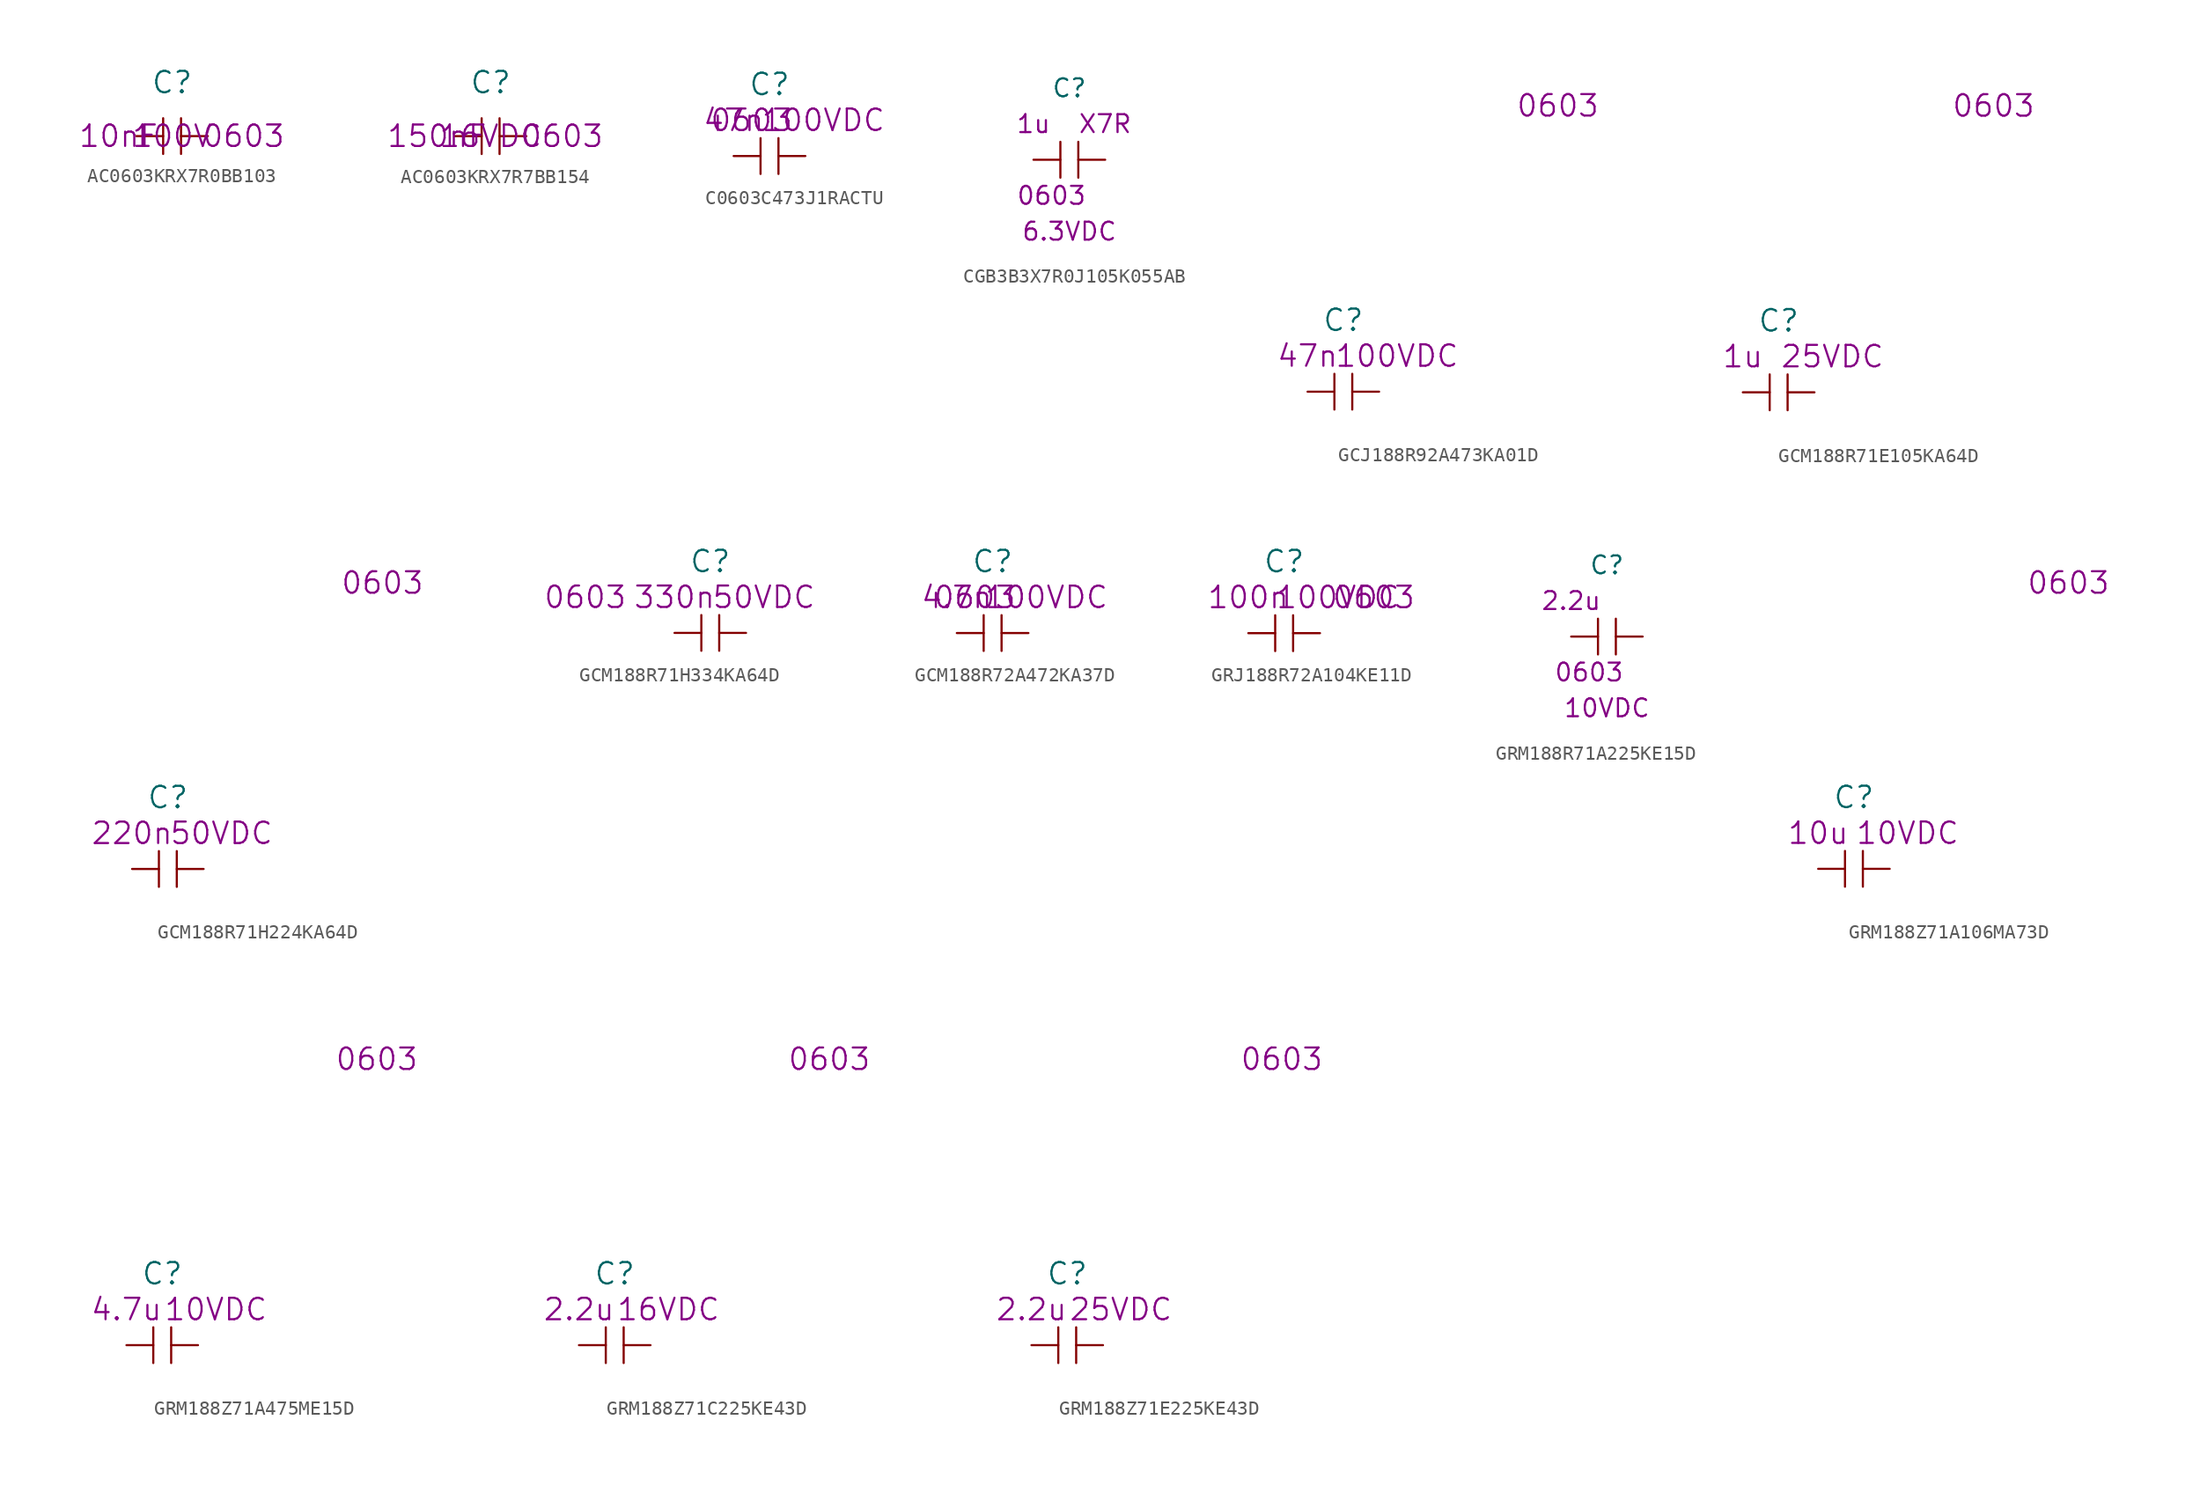
<source format=kicad_sym>
(kicad_symbol_lib
  (version 20220914)
  (generator kicad_symbol_editor)
  (symbol "AC0603KRX7R0BB103"
    (pin_numbers hide)
    (pin_names
      (offset 1.016) hide)
    (property "Reference" "C"
      (at 0 3.81 0)
      (effects (font (size 1.524 1.524))))
    (property "Datasheet" ""
      (at -2.54 1.27 0)
      (effects (font (size 1.524 1.524))))
    (property "Value2" "10nF"
      (at -3.81 0 0)
      (effects (font (size 1.524 1.524))))
    (property "Size" "0603"
      (at 5.08 0 0)
      (effects (font (size 1.524 1.524))))
    (property "Voltage" "100V"
      (at 0 0 0)
      (effects (font (size 1.524 1.524))))
    (symbol "AC0603KRX7R0BB103_0_1"
      (polyline (pts (xy -0.635 -1.27) (xy -0.635 1.27)) (stroke (width 0) (type solid)) (fill (type none)))
      (polyline (pts (xy 0.635 1.27) (xy 0.635 -1.27)) (stroke (width 0) (type solid)) (fill (type none))))
    (symbol "AC0603KRX7R0BB103_1_1"
      (pin passive line (at -2.54 0 0) (length 1.905) (name "1" (effects (font (size 1.27 1.27)))) (number "1" (effects (font (size 1.27 1.27)))))
      (pin passive line (at 2.54 0 180) (length 1.905) (name "2" (effects (font (size 1.27 1.27)))) (number "2" (effects (font (size 1.27 1.27)))))))
  (symbol "AC0603KRX7R7BB154"
    (pin_numbers hide)
    (pin_names
      (offset 1.016) hide)
    (property "Reference" "C"
      (at 0 3.81 0)
      (effects (font (size 1.524 1.524))))
    (property "Datasheet" ""
      (at -2.54 1.27 0)
      (effects (font (size 1.524 1.524))))
    (property "Value2" "150nF"
      (at -3.81 0 0)
      (effects (font (size 1.524 1.524))))
    (property "Size" "0603"
      (at 5.08 0 0)
      (effects (font (size 1.524 1.524))))
    (property "Voltage" "16VDC"
      (at 0 0 0)
      (effects (font (size 1.524 1.524))))
    (symbol "AC0603KRX7R7BB154_0_1"
      (polyline (pts (xy -0.635 -1.27) (xy -0.635 1.27)) (stroke (width 0) (type solid)) (fill (type none)))
      (polyline (pts (xy 0.635 1.27) (xy 0.635 -1.27)) (stroke (width 0) (type solid)) (fill (type none))))
    (symbol "AC0603KRX7R7BB154_1_1"
      (pin passive line (at -2.54 0 0) (length 1.905) (name "1" (effects (font (size 1.27 1.27)))) (number "1" (effects (font (size 1.27 1.27)))))
      (pin passive line (at 2.54 0 180) (length 1.905) (name "2" (effects (font (size 1.27 1.27)))) (number "2" (effects (font (size 1.27 1.27)))))))
  (symbol "C0603C473J1RACTU"
    (pin_numbers hide)
    (pin_names
      (offset 1.016) hide)
    (property "Reference" "C"
      (at 0 5.08 0)
      (effects (font (size 1.524 1.524))))
    (property "Value2" "47n"
      (at -2.54 2.54 0)
      (effects (font (size 1.524 1.524))))
    (property "Rating" "100VDC"
      (at 3.81 2.54 0)
      (effects (font (size 1.524 1.524))))
    (property "Size" "0603"
      (at -1.27 2.54 0)
      (effects (font (size 1.524 1.524))))
    (symbol "C0603C473J1RACTU_0_1"
      (polyline (pts (xy -0.635 -1.27) (xy -0.635 1.27)) (stroke (width 0) (type solid)) (fill (type none)))
      (polyline (pts (xy 0.635 1.27) (xy 0.635 -1.27)) (stroke (width 0) (type solid)) (fill (type none))))
    (symbol "C0603C473J1RACTU_1_1"
      (pin passive line (at -2.54 0 0) (length 1.905) (name "1" (effects (font (size 1.27 1.27)))) (number "1" (effects (font (size 1.27 1.27)))))
      (pin passive line (at 2.54 0 180) (length 1.905) (name "2" (effects (font (size 1.27 1.27)))) (number "2" (effects (font (size 1.27 1.27)))))))
  (symbol "CGB3B3X7R0J105K055AB"
    (pin_numbers hide)
    (pin_names
      (offset 1.016) hide)
    (property "Reference" "C"
      (at 0 5.08 0)
      (effects (font (size 1.27 1.27))))
    (property "Value2" "1u"
      (at -2.54 2.54 0)
      (effects (font (size 1.27 1.27))))
    (property "Rating" "6.3VDC"
      (at 0 -5.08 0)
      (effects (font (size 1.27 1.27))))
    (property "Dielectric" "X7R"
      (at 2.54 2.54 0)
      (effects (font (size 1.27 1.27))))
    (property "Size" "0603"
      (at -1.27 -2.54 0)
      (effects (font (size 1.27 1.27))))
    (symbol "CGB3B3X7R0J105K055AB_0_1"
      (polyline (pts (xy -0.635 -1.27) (xy -0.635 1.27)) (stroke (width 0) (type solid)) (fill (type none)))
      (polyline (pts (xy 0.635 1.27) (xy 0.635 -1.27)) (stroke (width 0) (type solid)) (fill (type none))))
    (symbol "CGB3B3X7R0J105K055AB_1_1"
      (pin passive line (at -2.54 0 0) (length 1.905) (name "1" (effects (font (size 1.27 1.27)))) (number "1" (effects (font (size 1.27 1.27)))))
      (pin passive line (at 2.54 0 180) (length 1.905) (name "2" (effects (font (size 1.27 1.27)))) (number "2" (effects (font (size 1.27 1.27)))))))
  (symbol "GCJ188R92A473KA01D"
    (pin_numbers hide)
    (pin_names
      (offset 1.016) hide)
    (property "Reference" "C"
      (at 0 5.08 0)
      (effects (font (size 1.524 1.524))))
    (property "Value2" "47n"
      (at -2.54 2.54 0)
      (effects (font (size 1.524 1.524))))
    (property "Rating" "100VDC"
      (at 3.81 2.54 0)
      (effects (font (size 1.524 1.524))))
    (property "Size" "0603"
      (at 15.24 20.32 0)
      (effects (font (size 1.524 1.524))))
    (symbol "GCJ188R92A473KA01D_0_1"
      (polyline (pts (xy -0.635 -1.27) (xy -0.635 1.27)) (stroke (width 0) (type solid)) (fill (type none)))
      (polyline (pts (xy 0.635 1.27) (xy 0.635 -1.27)) (stroke (width 0) (type solid)) (fill (type none))))
    (symbol "GCJ188R92A473KA01D_1_1"
      (pin passive line (at -2.54 0 0) (length 1.905) (name "1" (effects (font (size 1.27 1.27)))) (number "1" (effects (font (size 1.27 1.27)))))
      (pin passive line (at 2.54 0 180) (length 1.905) (name "2" (effects (font (size 1.27 1.27)))) (number "2" (effects (font (size 1.27 1.27)))))))
  (symbol "GCM188R71E105KA64D"
    (pin_numbers hide)
    (pin_names
      (offset 1.016) hide)
    (property "Reference" "C"
      (at 0 5.08 0)
      (effects (font (size 1.524 1.524))))
    (property "Value2" "1u"
      (at -2.54 2.54 0)
      (effects (font (size 1.524 1.524))))
    (property "Rating" "25VDC"
      (at 3.81 2.54 0)
      (effects (font (size 1.524 1.524))))
    (property "Size" "0603"
      (at 15.24 20.32 0)
      (effects (font (size 1.524 1.524))))
    (symbol "GCM188R71E105KA64D_0_1"
      (polyline (pts (xy -0.635 -1.27) (xy -0.635 1.27)) (stroke (width 0) (type solid)) (fill (type none)))
      (polyline (pts (xy 0.635 1.27) (xy 0.635 -1.27)) (stroke (width 0) (type solid)) (fill (type none))))
    (symbol "GCM188R71E105KA64D_1_1"
      (pin passive line (at -2.54 0 0) (length 1.905) (name "1" (effects (font (size 1.27 1.27)))) (number "1" (effects (font (size 1.27 1.27)))))
      (pin passive line (at 2.54 0 180) (length 1.905) (name "2" (effects (font (size 1.27 1.27)))) (number "2" (effects (font (size 1.27 1.27)))))))
  (symbol "GCM188R71H224KA64D"
    (pin_numbers hide)
    (pin_names
      (offset 1.016) hide)
    (property "Reference" "C"
      (at 0 5.08 0)
      (effects (font (size 1.524 1.524))))
    (property "Value2" "220n"
      (at -2.54 2.54 0)
      (effects (font (size 1.524 1.524))))
    (property "Rating" "50VDC"
      (at 3.81 2.54 0)
      (effects (font (size 1.524 1.524))))
    (property "Size" "0603"
      (at 15.24 20.32 0)
      (effects (font (size 1.524 1.524))))
    (symbol "GCM188R71H224KA64D_0_1"
      (polyline (pts (xy -0.635 -1.27) (xy -0.635 1.27)) (stroke (width 0) (type solid)) (fill (type none)))
      (polyline (pts (xy 0.635 1.27) (xy 0.635 -1.27)) (stroke (width 0) (type solid)) (fill (type none))))
    (symbol "GCM188R71H224KA64D_1_1"
      (pin passive line (at -2.54 0 0) (length 1.905) (name "1" (effects (font (size 1.27 1.27)))) (number "1" (effects (font (size 1.27 1.27)))))
      (pin passive line (at 2.54 0 180) (length 1.905) (name "2" (effects (font (size 1.27 1.27)))) (number "2" (effects (font (size 1.27 1.27)))))))
  (symbol "GCM188R71H334KA64D"
    (pin_numbers hide)
    (pin_names
      (offset 1.016) hide)
    (property "Reference" "C"
      (at 0 5.08 0)
      (effects (font (size 1.524 1.524))))
    (property "Value2" "330n"
      (at -2.54 2.54 0)
      (effects (font (size 1.524 1.524))))
    (property "Rating" "50VDC"
      (at 3.81 2.54 0)
      (effects (font (size 1.524 1.524))))
    (property "Size" "0603"
      (at -8.89 2.54 0)
      (effects (font (size 1.524 1.524))))
    (symbol "GCM188R71H334KA64D_0_1"
      (polyline (pts (xy -0.635 -1.27) (xy -0.635 1.27)) (stroke (width 0) (type solid)) (fill (type none)))
      (polyline (pts (xy 0.635 1.27) (xy 0.635 -1.27)) (stroke (width 0) (type solid)) (fill (type none))))
    (symbol "GCM188R71H334KA64D_1_1"
      (pin passive line (at -2.54 0 0) (length 1.905) (name "1" (effects (font (size 1.27 1.27)))) (number "1" (effects (font (size 1.27 1.27)))))
      (pin passive line (at 2.54 0 180) (length 1.905) (name "2" (effects (font (size 1.27 1.27)))) (number "2" (effects (font (size 1.27 1.27)))))))
  (symbol "GCM188R72A472KA37D"
    (pin_numbers hide)
    (pin_names
      (offset 1.016) hide)
    (property "Reference" "C"
      (at 0 5.08 0)
      (effects (font (size 1.524 1.524))))
    (property "Value2" "4.7n"
      (at -2.54 2.54 0)
      (effects (font (size 1.524 1.524))))
    (property "Rating" "100VDC"
      (at 3.81 2.54 0)
      (effects (font (size 1.524 1.524))))
    (property "Size" "0603"
      (at -1.27 2.54 0)
      (effects (font (size 1.524 1.524))))
    (symbol "GCM188R72A472KA37D_0_1"
      (polyline (pts (xy -0.635 -1.27) (xy -0.635 1.27)) (stroke (width 0) (type solid)) (fill (type none)))
      (polyline (pts (xy 0.635 1.27) (xy 0.635 -1.27)) (stroke (width 0) (type solid)) (fill (type none))))
    (symbol "GCM188R72A472KA37D_1_1"
      (pin passive line (at -2.54 0 0) (length 1.905) (name "1" (effects (font (size 1.27 1.27)))) (number "1" (effects (font (size 1.27 1.27)))))
      (pin passive line (at 2.54 0 180) (length 1.905) (name "2" (effects (font (size 1.27 1.27)))) (number "2" (effects (font (size 1.27 1.27)))))))
  (symbol "GRJ188R72A104KE11D"
    (pin_numbers hide)
    (pin_names
      (offset 1.016) hide)
    (property "Reference" "C"
      (at 0 5.08 0)
      (effects (font (size 1.524 1.524))))
    (property "Value2" "100n"
      (at -2.54 2.54 0)
      (effects (font (size 1.524 1.524))))
    (property "Rating" "100VDC"
      (at 3.81 2.54 0)
      (effects (font (size 1.524 1.524))))
    (property "Size" "0603"
      (at 6.35 2.54 0)
      (effects (font (size 1.524 1.524))))
    (symbol "GRJ188R72A104KE11D_0_1"
      (polyline (pts (xy -0.635 -1.27) (xy -0.635 1.27)) (stroke (width 0) (type solid)) (fill (type none)))
      (polyline (pts (xy 0.635 1.27) (xy 0.635 -1.27)) (stroke (width 0) (type solid)) (fill (type none))))
    (symbol "GRJ188R72A104KE11D_1_1"
      (pin passive line (at -2.54 0 0) (length 1.905) (name "1" (effects (font (size 1.27 1.27)))) (number "1" (effects (font (size 1.27 1.27)))))
      (pin passive line (at 2.54 0 180) (length 1.905) (name "2" (effects (font (size 1.27 1.27)))) (number "2" (effects (font (size 1.27 1.27)))))))
  (symbol "GRM188R71A225KE15D"
    (pin_numbers hide)
    (pin_names
      (offset 1.016) hide)
    (property "Reference" "C"
      (at 0 5.08 0)
      (effects (font (size 1.27 1.27))))
    (property "Value2" "2.2u"
      (at -2.54 2.54 0)
      (effects (font (size 1.27 1.27))))
    (property "Rating" "10VDC"
      (at 0 -5.08 0)
      (effects (font (size 1.27 1.27))))
    (property "Size" "0603"
      (at -1.27 -2.54 0)
      (effects (font (size 1.27 1.27))))
    (symbol "GRM188R71A225KE15D_0_1"
      (polyline (pts (xy -0.635 -1.27) (xy -0.635 1.27)) (stroke (width 0) (type solid)) (fill (type none)))
      (polyline (pts (xy 0.635 1.27) (xy 0.635 -1.27)) (stroke (width 0) (type solid)) (fill (type none))))
    (symbol "GRM188R71A225KE15D_1_1"
      (pin passive line (at -2.54 0 0) (length 1.905) (name "1" (effects (font (size 1.27 1.27)))) (number "1" (effects (font (size 1.27 1.27)))))
      (pin passive line (at 2.54 0 180) (length 1.905) (name "2" (effects (font (size 1.27 1.27)))) (number "2" (effects (font (size 1.27 1.27)))))))
  (symbol "GRM188Z71A106MA73D"
    (pin_numbers hide)
    (pin_names
      (offset 1.016) hide)
    (property "Reference" "C"
      (at 0 5.08 0)
      (effects (font (size 1.524 1.524))))
    (property "Value2" "10u"
      (at -2.54 2.54 0)
      (effects (font (size 1.524 1.524))))
    (property "Rating" "10VDC"
      (at 3.81 2.54 0)
      (effects (font (size 1.524 1.524))))
    (property "Size" "0603"
      (at 15.24 20.32 0)
      (effects (font (size 1.524 1.524))))
    (symbol "GRM188Z71A106MA73D_0_1"
      (polyline (pts (xy -0.635 -1.27) (xy -0.635 1.27)) (stroke (width 0) (type solid)) (fill (type none)))
      (polyline (pts (xy 0.635 1.27) (xy 0.635 -1.27)) (stroke (width 0) (type solid)) (fill (type none))))
    (symbol "GRM188Z71A106MA73D_1_1"
      (pin passive line (at -2.54 0 0) (length 1.905) (name "1" (effects (font (size 1.27 1.27)))) (number "1" (effects (font (size 1.27 1.27)))))
      (pin passive line (at 2.54 0 180) (length 1.905) (name "2" (effects (font (size 1.27 1.27)))) (number "2" (effects (font (size 1.27 1.27)))))))
  (symbol "GRM188Z71A475ME15D"
    (pin_numbers hide)
    (pin_names
      (offset 1.016) hide)
    (property "Reference" "C"
      (at 0 5.08 0)
      (effects (font (size 1.524 1.524))))
    (property "Value2" "4.7u"
      (at -2.54 2.54 0)
      (effects (font (size 1.524 1.524))))
    (property "Rating" "10VDC"
      (at 3.81 2.54 0)
      (effects (font (size 1.524 1.524))))
    (property "Size" "0603"
      (at 15.24 20.32 0)
      (effects (font (size 1.524 1.524))))
    (symbol "GRM188Z71A475ME15D_0_1"
      (polyline (pts (xy -0.635 -1.27) (xy -0.635 1.27)) (stroke (width 0) (type solid)) (fill (type none)))
      (polyline (pts (xy 0.635 1.27) (xy 0.635 -1.27)) (stroke (width 0) (type solid)) (fill (type none))))
    (symbol "GRM188Z71A475ME15D_1_1"
      (pin passive line (at -2.54 0 0) (length 1.905) (name "1" (effects (font (size 1.27 1.27)))) (number "1" (effects (font (size 1.27 1.27)))))
      (pin passive line (at 2.54 0 180) (length 1.905) (name "2" (effects (font (size 1.27 1.27)))) (number "2" (effects (font (size 1.27 1.27)))))))
  (symbol "GRM188Z71C225KE43D"
    (pin_numbers hide)
    (pin_names
      (offset 1.016) hide)
    (property "Reference" "C"
      (at 0 5.08 0)
      (effects (font (size 1.524 1.524))))
    (property "Value2" "2.2u"
      (at -2.54 2.54 0)
      (effects (font (size 1.524 1.524))))
    (property "Rating" "16VDC"
      (at 3.81 2.54 0)
      (effects (font (size 1.524 1.524))))
    (property "Size" "0603"
      (at 15.24 20.32 0)
      (effects (font (size 1.524 1.524))))
    (symbol "GRM188Z71C225KE43D_0_1"
      (polyline (pts (xy -0.635 -1.27) (xy -0.635 1.27)) (stroke (width 0) (type solid)) (fill (type none)))
      (polyline (pts (xy 0.635 1.27) (xy 0.635 -1.27)) (stroke (width 0) (type solid)) (fill (type none))))
    (symbol "GRM188Z71C225KE43D_1_1"
      (pin passive line (at -2.54 0 0) (length 1.905) (name "1" (effects (font (size 1.27 1.27)))) (number "1" (effects (font (size 1.27 1.27)))))
      (pin passive line (at 2.54 0 180) (length 1.905) (name "2" (effects (font (size 1.27 1.27)))) (number "2" (effects (font (size 1.27 1.27)))))))
  (symbol "GRM188Z71E225KE43D"
    (pin_numbers hide)
    (pin_names
      (offset 1.016) hide)
    (property "Reference" "C"
      (at 0 5.08 0)
      (effects (font (size 1.524 1.524))))
    (property "Value2" "2.2u"
      (at -2.54 2.54 0)
      (effects (font (size 1.524 1.524))))
    (property "Rating" "25VDC"
      (at 3.81 2.54 0)
      (effects (font (size 1.524 1.524))))
    (property "Size" "0603"
      (at 15.24 20.32 0)
      (effects (font (size 1.524 1.524))))
    (symbol "GRM188Z71E225KE43D_0_1"
      (polyline (pts (xy -0.635 -1.27) (xy -0.635 1.27)) (stroke (width 0) (type solid)) (fill (type none)))
      (polyline (pts (xy 0.635 1.27) (xy 0.635 -1.27)) (stroke (width 0) (type solid)) (fill (type none))))
    (symbol "GRM188Z71E225KE43D_1_1"
      (pin passive line (at -2.54 0 0) (length 1.905) (name "1" (effects (font (size 1.27 1.27)))) (number "1" (effects (font (size 1.27 1.27)))))
      (pin passive line (at 2.54 0 180) (length 1.905) (name "2" (effects (font (size 1.27 1.27)))) (number "2" (effects (font (size 1.27 1.27))))))))
</source>
